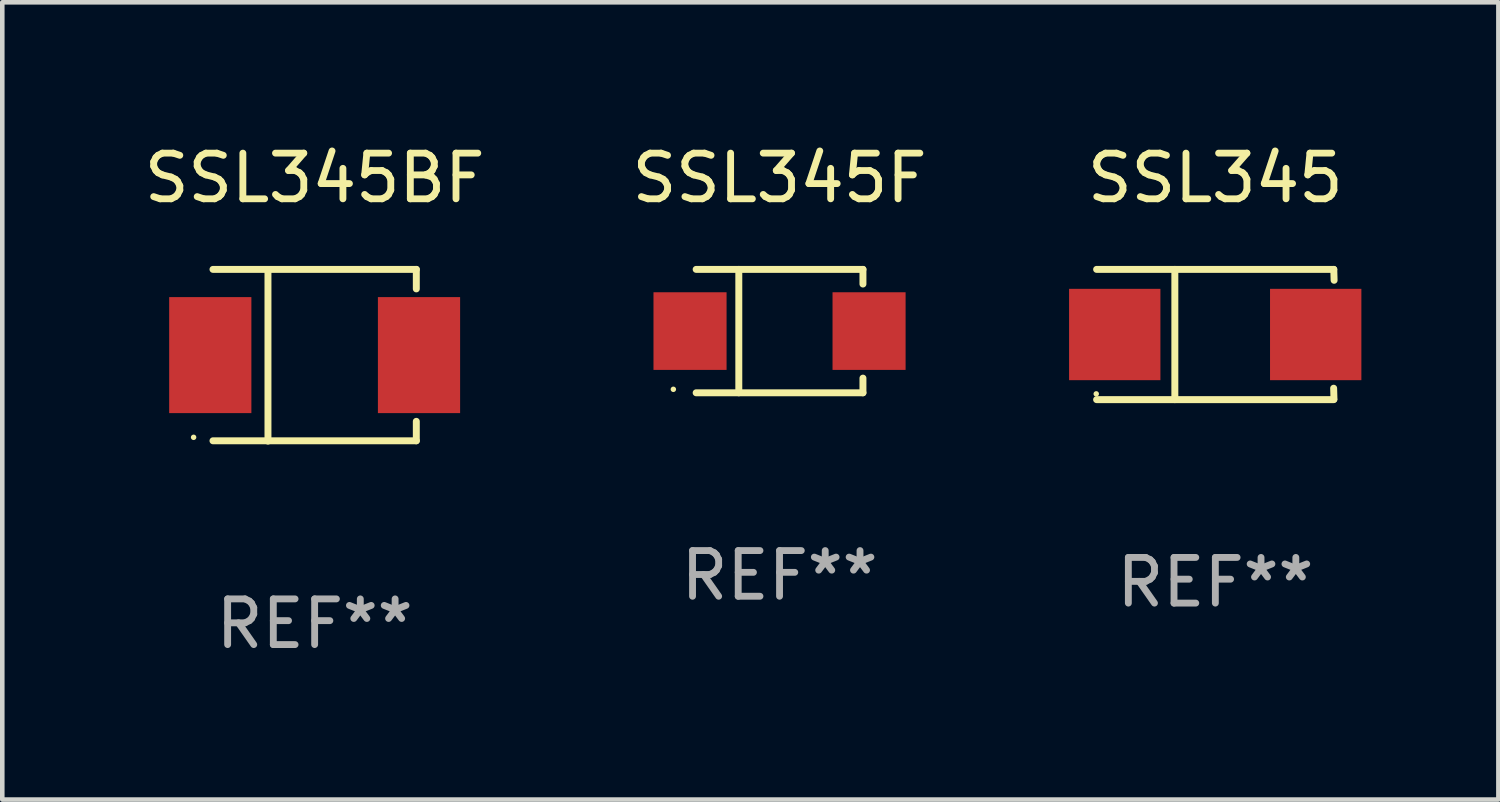
<source format=kicad_pcb>
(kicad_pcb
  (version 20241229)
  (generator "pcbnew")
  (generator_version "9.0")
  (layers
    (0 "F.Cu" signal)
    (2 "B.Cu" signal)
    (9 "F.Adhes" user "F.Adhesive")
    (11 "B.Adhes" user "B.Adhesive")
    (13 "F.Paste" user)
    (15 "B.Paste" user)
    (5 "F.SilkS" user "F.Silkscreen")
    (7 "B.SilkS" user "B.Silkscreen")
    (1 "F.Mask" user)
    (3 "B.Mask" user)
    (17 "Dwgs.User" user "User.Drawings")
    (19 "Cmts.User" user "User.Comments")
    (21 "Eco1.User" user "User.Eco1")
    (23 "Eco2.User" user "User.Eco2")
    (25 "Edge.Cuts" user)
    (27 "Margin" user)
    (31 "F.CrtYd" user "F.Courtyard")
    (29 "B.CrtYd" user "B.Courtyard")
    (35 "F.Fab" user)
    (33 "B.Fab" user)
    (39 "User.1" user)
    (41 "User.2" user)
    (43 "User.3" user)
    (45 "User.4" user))
  (footprint "SSL345BF"
    (layer "F.Cu")
    (at 3.839 4.728)
    (property "Reference" "SSL345BF" (at 0 -3.88 0) (layer "F.SilkS") (effects (font (size 1 1) (thickness 0.15))))
    (attr through_hole)
    (fp_line (start -2.226 -1.88) (end 2.226 -1.88) (stroke (width 0.152) (type solid)) (layer "F.SilkS"))
    (fp_line (start -2.226 1.873) (end 2.226 1.873) (stroke (width 0.152) (type solid)) (layer "F.SilkS"))
    (fp_line (start -1.022 -1.873) (end -1.022 1.88) (stroke (width 0.152) (type solid)) (layer "F.SilkS"))
    (fp_line (start 2.226 -1.88) (end 2.226 -1.453) (stroke (width 0.152) (type solid)) (layer "F.SilkS"))
    (fp_line (start 2.226 1.447) (end 2.226 1.873) (stroke (width 0.152) (type solid)) (layer "F.SilkS"))
    (fp_circle (center -2.65 1.797) (end -2.62 1.797) (stroke (width 0.06) (type solid)) (fill no) (layer "F.SilkS"))
    (fp_text user "REF**" (at 0 5.88 0) (layer "F.Fab") (effects (font (size 1 1) (thickness 0.15))))
    (pad "1" smd rect (at -2.285 -0.003) (size 1.8 2.54) (layers "F.Cu" "F.Mask" "F.Paste"))
    (pad "2" smd rect (at 2.285 -0.003) (size 1.8 2.54) (layers "F.Cu" "F.Mask" "F.Paste")))
  (footprint "SSL345"
    (layer "F.Cu")
    (at 23.56 4.274)
    (property "Reference" "SSL345" (at 0 -3.426 0) (layer "F.SilkS") (effects (font (size 1 1) (thickness 0.15))))
    (attr through_hole)
    (fp_line (start -2.6 -1.426) (end 2.593 -1.426) (stroke (width 0.152) (type solid)) (layer "F.SilkS"))
    (fp_line (start -2.6 1.426) (end 2.593 1.426) (stroke (width 0.152) (type solid)) (layer "F.SilkS"))
    (fp_line (start -0.887 -1.426) (end -0.887 1.426) (stroke (width 0.152) (type solid)) (layer "F.SilkS"))
    (fp_line (start 2.59 1.176) (end 2.597 1.415) (stroke (width 0.152) (type solid)) (layer "F.SilkS"))
    (fp_line (start 2.593 -1.426) (end 2.6 -1.187) (stroke (width 0.152) (type solid)) (layer "F.SilkS"))
    (fp_circle (center -2.608 1.3) (end -2.578 1.3) (stroke (width 0.06) (type solid)) (fill no) (layer "F.SilkS"))
    (fp_text user "REF**" (at 0 5.426 0) (layer "F.Fab") (effects (font (size 1 1) (thickness 0.15))))
    (pad "1" smd rect (at -2.203 0 180) (size 2 2) (layers "F.Cu" "F.Mask" "F.Paste"))
    (pad "2" smd rect (at 2.197 0 180) (size 2 2) (layers "F.Cu" "F.Mask" "F.Paste")))
  (footprint "SSL345F"
    (layer "F.Cu")
    (at 14.018 4.199)
    (property "Reference" "SSL345F" (at 0 -3.351 0) (layer "F.SilkS") (effects (font (size 1 1) (thickness 0.15))))
    (attr through_hole)
    (fp_line (start -1.826 -1.351) (end 1.826 -1.351) (stroke (width 0.152) (type solid)) (layer "F.SilkS"))
    (fp_line (start -1.826 1.351) (end 1.826 1.351) (stroke (width 0.152) (type solid)) (layer "F.SilkS"))
    (fp_line (start -0.892 -1.351) (end -0.892 1.351) (stroke (width 0.152) (type solid)) (layer "F.SilkS"))
    (fp_line (start 1.826 -1.351) (end 1.826 -1.03) (stroke (width 0.152) (type solid)) (layer "F.SilkS"))
    (fp_line (start 1.826 1.03) (end 1.826 1.351) (stroke (width 0.152) (type solid)) (layer "F.SilkS"))
    (fp_circle (center -2.325 1.275) (end -2.295 1.275) (stroke (width 0.06) (type solid)) (fill no) (layer "F.SilkS"))
    (fp_text user "REF**" (at 0 5.351 0) (layer "F.Fab") (effects (font (size 1 1) (thickness 0.15))))
    (pad "1" smd rect (at -1.96 0 180) (size 1.6 1.7) (layers "F.Cu" "F.Mask" "F.Paste"))
    (pad "2" smd rect (at 1.96 0 180) (size 1.6 1.7) (layers "F.Cu" "F.Mask" "F.Paste")))
  (gr_rect
    (start -3 -3)
    (end 29.757 14.456)
    (stroke (width 0.1) (type default))
    (fill no)
    (layer "Edge.Cuts")))
</source>
